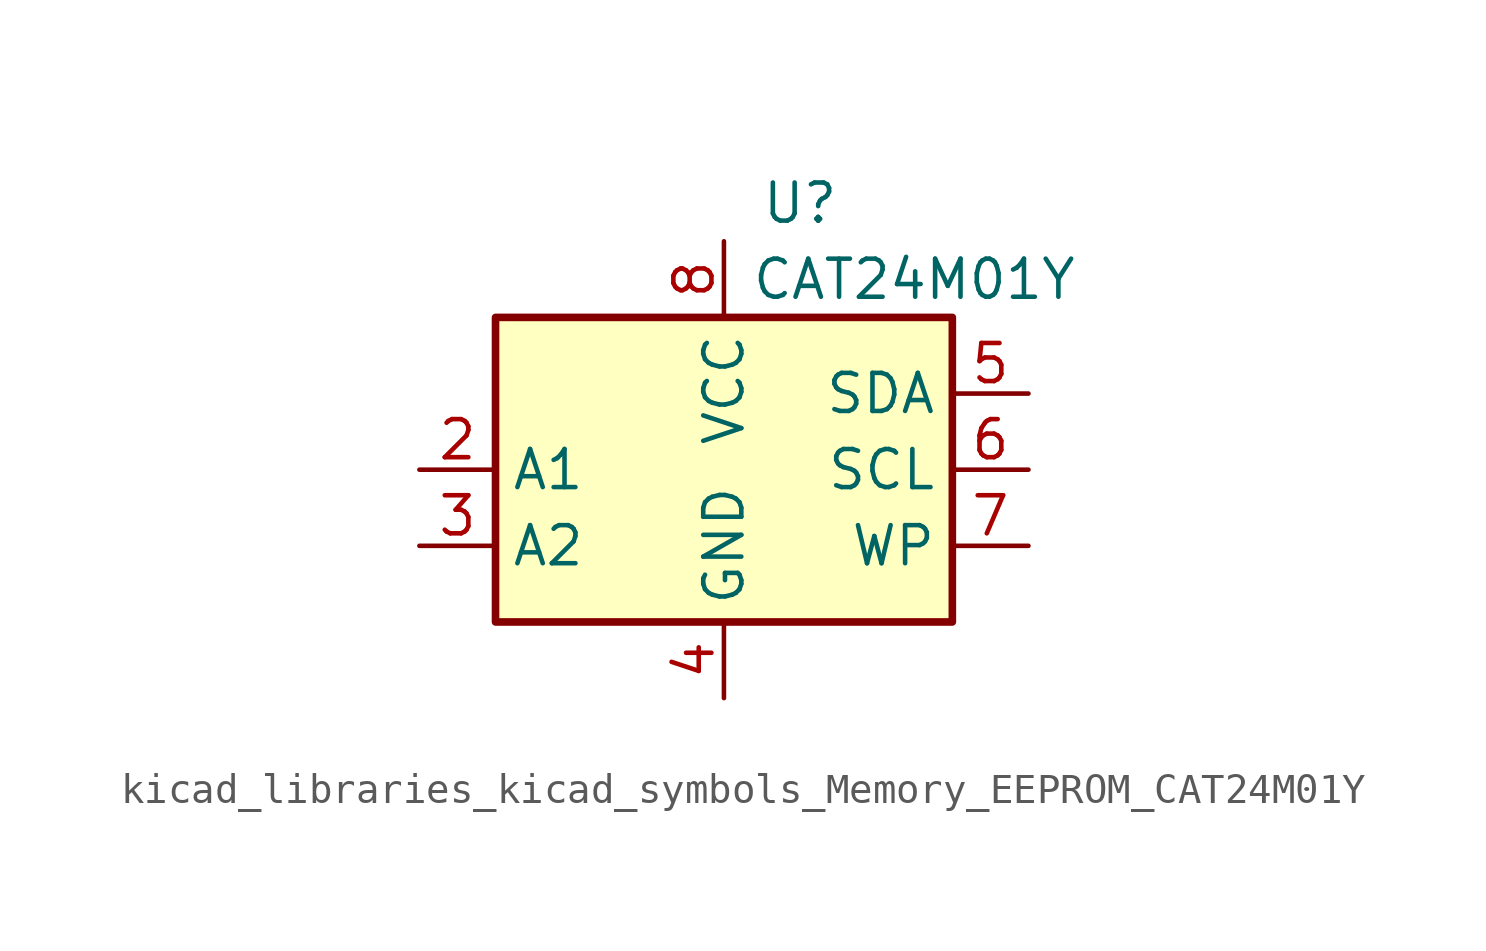
<source format=kicad_sym>
(kicad_symbol_lib
  (version 20220914)
  (generator kicad_symbol_editor)
  (symbol "kicad_libraries_kicad_symbols_Memory_EEPROM_CAT24M01Y"
    (property "Reference" "U"
      (at 2.54 8.89 0)
      (effects (font (size 1.27 1.27))))
    (property "Value" "CAT24M01Y"
      (at 6.35 6.35 0)
      (effects (font (size 1.27 1.27))))
    (symbol "kicad_libraries_kicad_symbols_Memory_EEPROM_CAT24M01Y_1_1"
      (rectangle (start -7.62 5.08) (end 7.62 -5.08) (stroke (width 0.254) (type default)) (fill (type background)))
      (pin no_connect line (at -7.62 2.54 0) (length 2.54) hide (name "NC" (effects (font (size 1.27 1.27)))) (number "1" (effects (font (size 1.27 1.27)))))
      (pin input line (at -10.16 0 0) (length 2.54) (name "A1" (effects (font (size 1.27 1.27)))) (number "2" (effects (font (size 1.27 1.27)))))
      (pin input line (at -10.16 -2.54 0) (length 2.54) (name "A2" (effects (font (size 1.27 1.27)))) (number "3" (effects (font (size 1.27 1.27)))))
      (pin power_in line (at 0 -7.62 90) (length 2.54) (name "GND" (effects (font (size 1.27 1.27)))) (number "4" (effects (font (size 1.27 1.27)))))
      (pin bidirectional line (at 10.16 2.54 180) (length 2.54) (name "SDA" (effects (font (size 1.27 1.27)))) (number "5" (effects (font (size 1.27 1.27)))))
      (pin input line (at 10.16 0 180) (length 2.54) (name "SCL" (effects (font (size 1.27 1.27)))) (number "6" (effects (font (size 1.27 1.27)))))
      (pin input line (at 10.16 -2.54 180) (length 2.54) (name "WP" (effects (font (size 1.27 1.27)))) (number "7" (effects (font (size 1.27 1.27)))))
      (pin power_in line (at 0 7.62 270) (length 2.54) (name "VCC" (effects (font (size 1.27 1.27)))) (number "8" (effects (font (size 1.27 1.27))))))))
</source>
